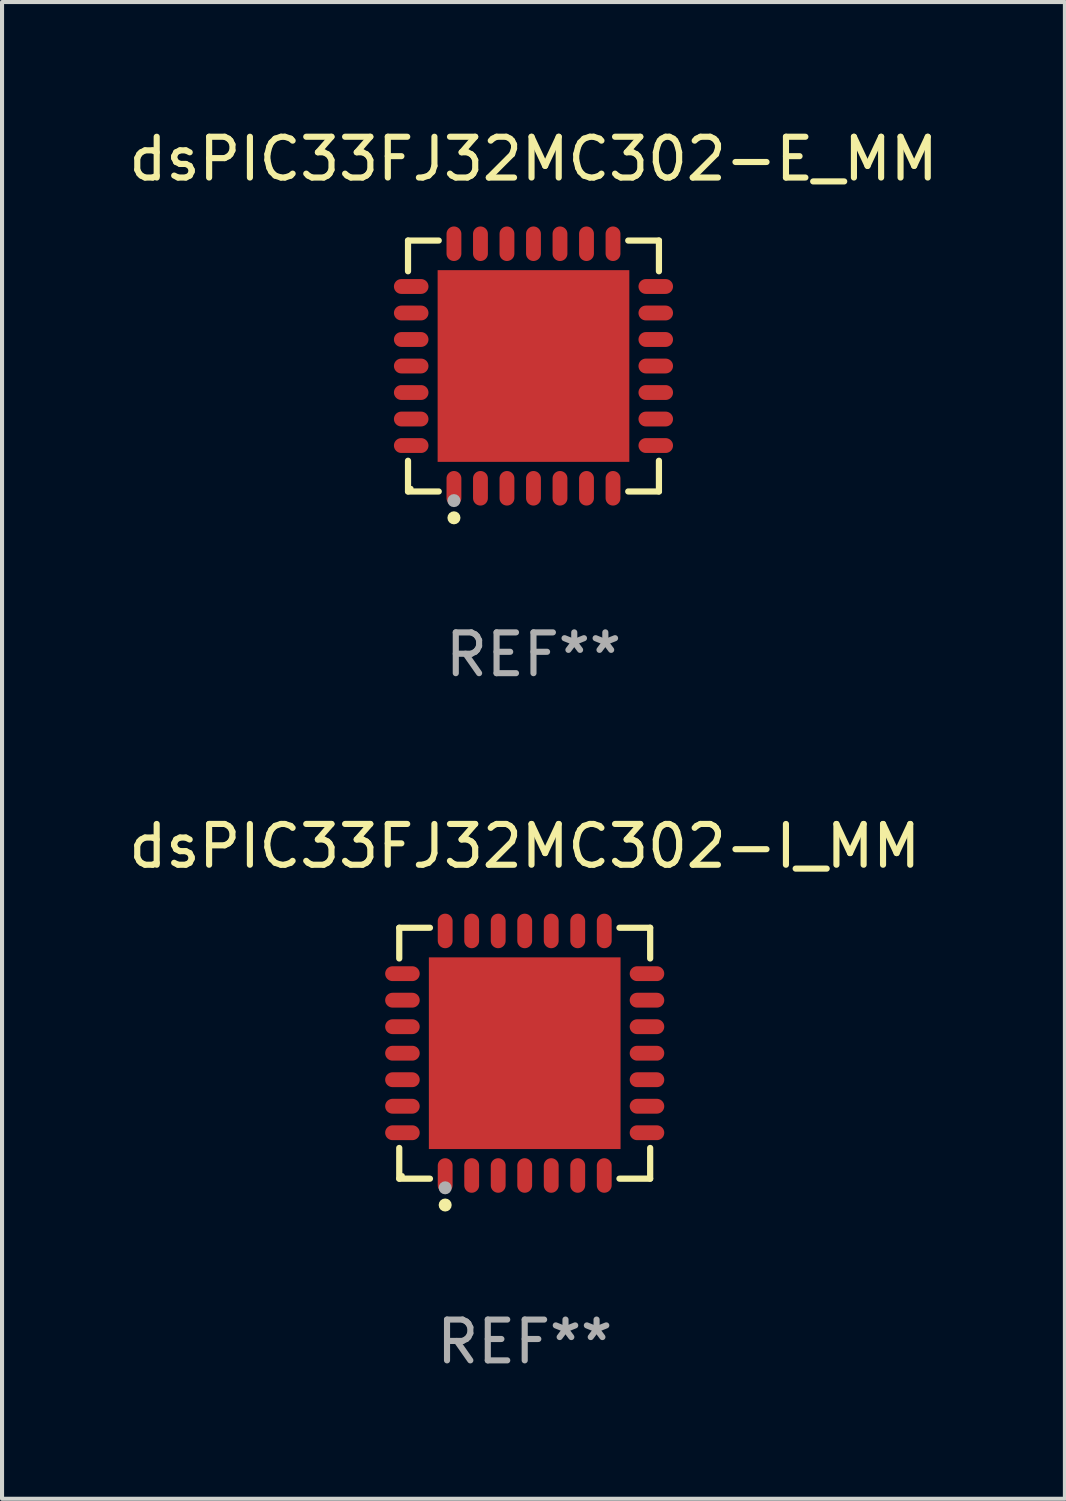
<source format=kicad_pcb>
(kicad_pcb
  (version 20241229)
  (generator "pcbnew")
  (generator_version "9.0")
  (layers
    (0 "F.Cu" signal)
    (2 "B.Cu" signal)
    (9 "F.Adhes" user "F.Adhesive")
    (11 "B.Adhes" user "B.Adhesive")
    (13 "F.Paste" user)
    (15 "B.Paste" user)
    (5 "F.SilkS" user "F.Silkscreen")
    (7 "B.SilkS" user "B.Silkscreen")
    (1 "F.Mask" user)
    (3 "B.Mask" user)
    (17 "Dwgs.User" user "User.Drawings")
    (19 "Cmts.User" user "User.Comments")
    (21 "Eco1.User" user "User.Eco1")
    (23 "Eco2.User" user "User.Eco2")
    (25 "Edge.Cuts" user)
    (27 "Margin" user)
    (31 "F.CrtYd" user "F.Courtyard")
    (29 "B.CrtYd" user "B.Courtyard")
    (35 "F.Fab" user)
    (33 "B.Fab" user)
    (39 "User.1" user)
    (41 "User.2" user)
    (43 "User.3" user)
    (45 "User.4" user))
  (footprint "dsPIC33FJ32MC302-I_MM"
    (layer "F.Cu")
    (at 9.815 22.773)
    (property "Reference" "dsPIC33FJ32MC302-I_MM" (at 0 -5.076 0) (layer "F.SilkS") (effects (font (size 1 1) (thickness 0.15))))
    (attr through_hole)
    (fp_line (start -3.076 -3.076) (end -2.323 -3.076) (stroke (width 0.152) (type solid)) (layer "F.SilkS"))
    (fp_line (start -3.076 -2.323) (end -3.076 -3.076) (stroke (width 0.152) (type solid)) (layer "F.SilkS"))
    (fp_line (start -3.076 2.323) (end -3.076 3.076) (stroke (width 0.152) (type solid)) (layer "F.SilkS"))
    (fp_line (start -3.076 3.076) (end -2.323 3.076) (stroke (width 0.152) (type solid)) (layer "F.SilkS"))
    (fp_line (start 3.076 -3.076) (end 2.323 -3.076) (stroke (width 0.152) (type solid)) (layer "F.SilkS"))
    (fp_line (start 3.076 -2.323) (end 3.076 -3.076) (stroke (width 0.152) (type solid)) (layer "F.SilkS"))
    (fp_line (start 3.076 2.323) (end 3.076 3.076) (stroke (width 0.152) (type solid)) (layer "F.SilkS"))
    (fp_line (start 3.076 3.076) (end 2.323 3.076) (stroke (width 0.152) (type solid)) (layer "F.SilkS"))
    (fp_circle (center -3 3) (end -2.97 3) (stroke (width 0.06) (type solid)) (fill no) (layer "F.SilkS"))
    (fp_circle (center -1.95 3.722) (end -1.87 3.722) (stroke (width 0.16) (type solid)) (fill no) (layer "F.SilkS"))
    (fp_circle (center -1.95 3.3) (end -1.87 3.3) (stroke (width 0.16) (type solid)) (fill no) (layer "F.Fab"))
    (fp_text user "REF**" (at 0 7.076 0) (layer "F.Fab") (effects (font (size 1 1) (thickness 0.15))))
    (pad "1" smd oval (at -1.95 2.998) (size 0.364 0.847) (layers "F.Cu" "F.Mask" "F.Paste"))
    (pad "2" smd oval (at -1.3 2.998) (size 0.364 0.847) (layers "F.Cu" "F.Mask" "F.Paste"))
    (pad "3" smd oval (at -0.65 2.998) (size 0.364 0.847) (layers "F.Cu" "F.Mask" "F.Paste"))
    (pad "4" smd oval (at 0 2.998) (size 0.364 0.847) (layers "F.Cu" "F.Mask" "F.Paste"))
    (pad "5" smd oval (at 0.65 2.998) (size 0.364 0.847) (layers "F.Cu" "F.Mask" "F.Paste"))
    (pad "6" smd oval (at 1.3 2.998) (size 0.364 0.847) (layers "F.Cu" "F.Mask" "F.Paste"))
    (pad "7" smd oval (at 1.95 2.998) (size 0.364 0.847) (layers "F.Cu" "F.Mask" "F.Paste"))
    (pad "8" smd oval (at 2.998 1.95) (size 0.847 0.364) (layers "F.Cu" "F.Mask" "F.Paste"))
    (pad "9" smd oval (at 2.998 1.3) (size 0.847 0.364) (layers "F.Cu" "F.Mask" "F.Paste"))
    (pad "10" smd oval (at 2.998 0.65) (size 0.847 0.364) (layers "F.Cu" "F.Mask" "F.Paste"))
    (pad "11" smd oval (at 2.998 0) (size 0.847 0.364) (layers "F.Cu" "F.Mask" "F.Paste"))
    (pad "12" smd oval (at 2.998 -0.65) (size 0.847 0.364) (layers "F.Cu" "F.Mask" "F.Paste"))
    (pad "13" smd oval (at 2.998 -1.3) (size 0.847 0.364) (layers "F.Cu" "F.Mask" "F.Paste"))
    (pad "14" smd oval (at 2.998 -1.95) (size 0.847 0.364) (layers "F.Cu" "F.Mask" "F.Paste"))
    (pad "15" smd oval (at 1.95 -2.998) (size 0.364 0.847) (layers "F.Cu" "F.Mask" "F.Paste"))
    (pad "16" smd oval (at 1.3 -2.998) (size 0.364 0.847) (layers "F.Cu" "F.Mask" "F.Paste"))
    (pad "17" smd oval (at 0.65 -2.998) (size 0.364 0.847) (layers "F.Cu" "F.Mask" "F.Paste"))
    (pad "18" smd oval (at 0 -2.998) (size 0.364 0.847) (layers "F.Cu" "F.Mask" "F.Paste"))
    (pad "19" smd oval (at -0.65 -2.998) (size 0.364 0.847) (layers "F.Cu" "F.Mask" "F.Paste"))
    (pad "20" smd oval (at -1.3 -2.998) (size 0.364 0.847) (layers "F.Cu" "F.Mask" "F.Paste"))
    (pad "21" smd oval (at -1.95 -2.998) (size 0.364 0.847) (layers "F.Cu" "F.Mask" "F.Paste"))
    (pad "22" smd oval (at -2.998 -1.95) (size 0.847 0.364) (layers "F.Cu" "F.Mask" "F.Paste"))
    (pad "23" smd oval (at -2.998 -1.3) (size 0.847 0.364) (layers "F.Cu" "F.Mask" "F.Paste"))
    (pad "24" smd oval (at -2.998 -0.65) (size 0.847 0.364) (layers "F.Cu" "F.Mask" "F.Paste"))
    (pad "25" smd oval (at -2.998 0) (size 0.847 0.364) (layers "F.Cu" "F.Mask" "F.Paste"))
    (pad "26" smd oval (at -2.998 0.65) (size 0.847 0.364) (layers "F.Cu" "F.Mask" "F.Paste"))
    (pad "27" smd oval (at -2.998 1.3) (size 0.847 0.364) (layers "F.Cu" "F.Mask" "F.Paste"))
    (pad "28" smd oval (at -2.998 1.95) (size 0.847 0.364) (layers "F.Cu" "F.Mask" "F.Paste"))
    (pad "29" smd rect (at 0 0) (size 4.7 4.7) (layers "F.Cu" "F.Mask" "F.Paste")))
  (footprint "dsPIC33FJ32MC302-E_MM"
    (layer "F.Cu")
    (at 10.03 5.924)
    (property "Reference" "dsPIC33FJ32MC302-E_MM" (at 0 -5.076 0) (layer "F.SilkS") (effects (font (size 1 1) (thickness 0.15))))
    (attr through_hole)
    (fp_line (start -3.076 -3.076) (end -2.323 -3.076) (stroke (width 0.152) (type solid)) (layer "F.SilkS"))
    (fp_line (start -3.076 -2.323) (end -3.076 -3.076) (stroke (width 0.152) (type solid)) (layer "F.SilkS"))
    (fp_line (start -3.076 2.323) (end -3.076 3.076) (stroke (width 0.152) (type solid)) (layer "F.SilkS"))
    (fp_line (start -3.076 3.076) (end -2.323 3.076) (stroke (width 0.152) (type solid)) (layer "F.SilkS"))
    (fp_line (start 3.076 -3.076) (end 2.323 -3.076) (stroke (width 0.152) (type solid)) (layer "F.SilkS"))
    (fp_line (start 3.076 -2.323) (end 3.076 -3.076) (stroke (width 0.152) (type solid)) (layer "F.SilkS"))
    (fp_line (start 3.076 2.323) (end 3.076 3.076) (stroke (width 0.152) (type solid)) (layer "F.SilkS"))
    (fp_line (start 3.076 3.076) (end 2.323 3.076) (stroke (width 0.152) (type solid)) (layer "F.SilkS"))
    (fp_circle (center -3 3) (end -2.97 3) (stroke (width 0.06) (type solid)) (fill no) (layer "F.SilkS"))
    (fp_circle (center -1.95 3.722) (end -1.87 3.722) (stroke (width 0.16) (type solid)) (fill no) (layer "F.SilkS"))
    (fp_circle (center -1.95 3.3) (end -1.87 3.3) (stroke (width 0.16) (type solid)) (fill no) (layer "F.Fab"))
    (fp_text user "REF**" (at 0 7.076 0) (layer "F.Fab") (effects (font (size 1 1) (thickness 0.15))))
    (pad "1" smd oval (at -1.95 2.998) (size 0.364 0.847) (layers "F.Cu" "F.Mask" "F.Paste"))
    (pad "2" smd oval (at -1.3 2.998) (size 0.364 0.847) (layers "F.Cu" "F.Mask" "F.Paste"))
    (pad "3" smd oval (at -0.65 2.998) (size 0.364 0.847) (layers "F.Cu" "F.Mask" "F.Paste"))
    (pad "4" smd oval (at 0 2.998) (size 0.364 0.847) (layers "F.Cu" "F.Mask" "F.Paste"))
    (pad "5" smd oval (at 0.65 2.998) (size 0.364 0.847) (layers "F.Cu" "F.Mask" "F.Paste"))
    (pad "6" smd oval (at 1.3 2.998) (size 0.364 0.847) (layers "F.Cu" "F.Mask" "F.Paste"))
    (pad "7" smd oval (at 1.95 2.998) (size 0.364 0.847) (layers "F.Cu" "F.Mask" "F.Paste"))
    (pad "8" smd oval (at 2.998 1.95) (size 0.847 0.364) (layers "F.Cu" "F.Mask" "F.Paste"))
    (pad "9" smd oval (at 2.998 1.3) (size 0.847 0.364) (layers "F.Cu" "F.Mask" "F.Paste"))
    (pad "10" smd oval (at 2.998 0.65) (size 0.847 0.364) (layers "F.Cu" "F.Mask" "F.Paste"))
    (pad "11" smd oval (at 2.998 0) (size 0.847 0.364) (layers "F.Cu" "F.Mask" "F.Paste"))
    (pad "12" smd oval (at 2.998 -0.65) (size 0.847 0.364) (layers "F.Cu" "F.Mask" "F.Paste"))
    (pad "13" smd oval (at 2.998 -1.3) (size 0.847 0.364) (layers "F.Cu" "F.Mask" "F.Paste"))
    (pad "14" smd oval (at 2.998 -1.95) (size 0.847 0.364) (layers "F.Cu" "F.Mask" "F.Paste"))
    (pad "15" smd oval (at 1.95 -2.998) (size 0.364 0.847) (layers "F.Cu" "F.Mask" "F.Paste"))
    (pad "16" smd oval (at 1.3 -2.998) (size 0.364 0.847) (layers "F.Cu" "F.Mask" "F.Paste"))
    (pad "17" smd oval (at 0.65 -2.998) (size 0.364 0.847) (layers "F.Cu" "F.Mask" "F.Paste"))
    (pad "18" smd oval (at 0 -2.998) (size 0.364 0.847) (layers "F.Cu" "F.Mask" "F.Paste"))
    (pad "19" smd oval (at -0.65 -2.998) (size 0.364 0.847) (layers "F.Cu" "F.Mask" "F.Paste"))
    (pad "20" smd oval (at -1.3 -2.998) (size 0.364 0.847) (layers "F.Cu" "F.Mask" "F.Paste"))
    (pad "21" smd oval (at -1.95 -2.998) (size 0.364 0.847) (layers "F.Cu" "F.Mask" "F.Paste"))
    (pad "22" smd oval (at -2.998 -1.95) (size 0.847 0.364) (layers "F.Cu" "F.Mask" "F.Paste"))
    (pad "23" smd oval (at -2.998 -1.3) (size 0.847 0.364) (layers "F.Cu" "F.Mask" "F.Paste"))
    (pad "24" smd oval (at -2.998 -0.65) (size 0.847 0.364) (layers "F.Cu" "F.Mask" "F.Paste"))
    (pad "25" smd oval (at -2.998 0) (size 0.847 0.364) (layers "F.Cu" "F.Mask" "F.Paste"))
    (pad "26" smd oval (at -2.998 0.65) (size 0.847 0.364) (layers "F.Cu" "F.Mask" "F.Paste"))
    (pad "27" smd oval (at -2.998 1.3) (size 0.847 0.364) (layers "F.Cu" "F.Mask" "F.Paste"))
    (pad "28" smd oval (at -2.998 1.95) (size 0.847 0.364) (layers "F.Cu" "F.Mask" "F.Paste"))
    (pad "29" smd rect (at 0 0) (size 4.7 4.7) (layers "F.Cu" "F.Mask" "F.Paste")))
  (gr_rect
    (start -3 -3)
    (end 23.06 33.698)
    (stroke (width 0.1) (type default))
    (fill no)
    (layer "Edge.Cuts")))
</source>
